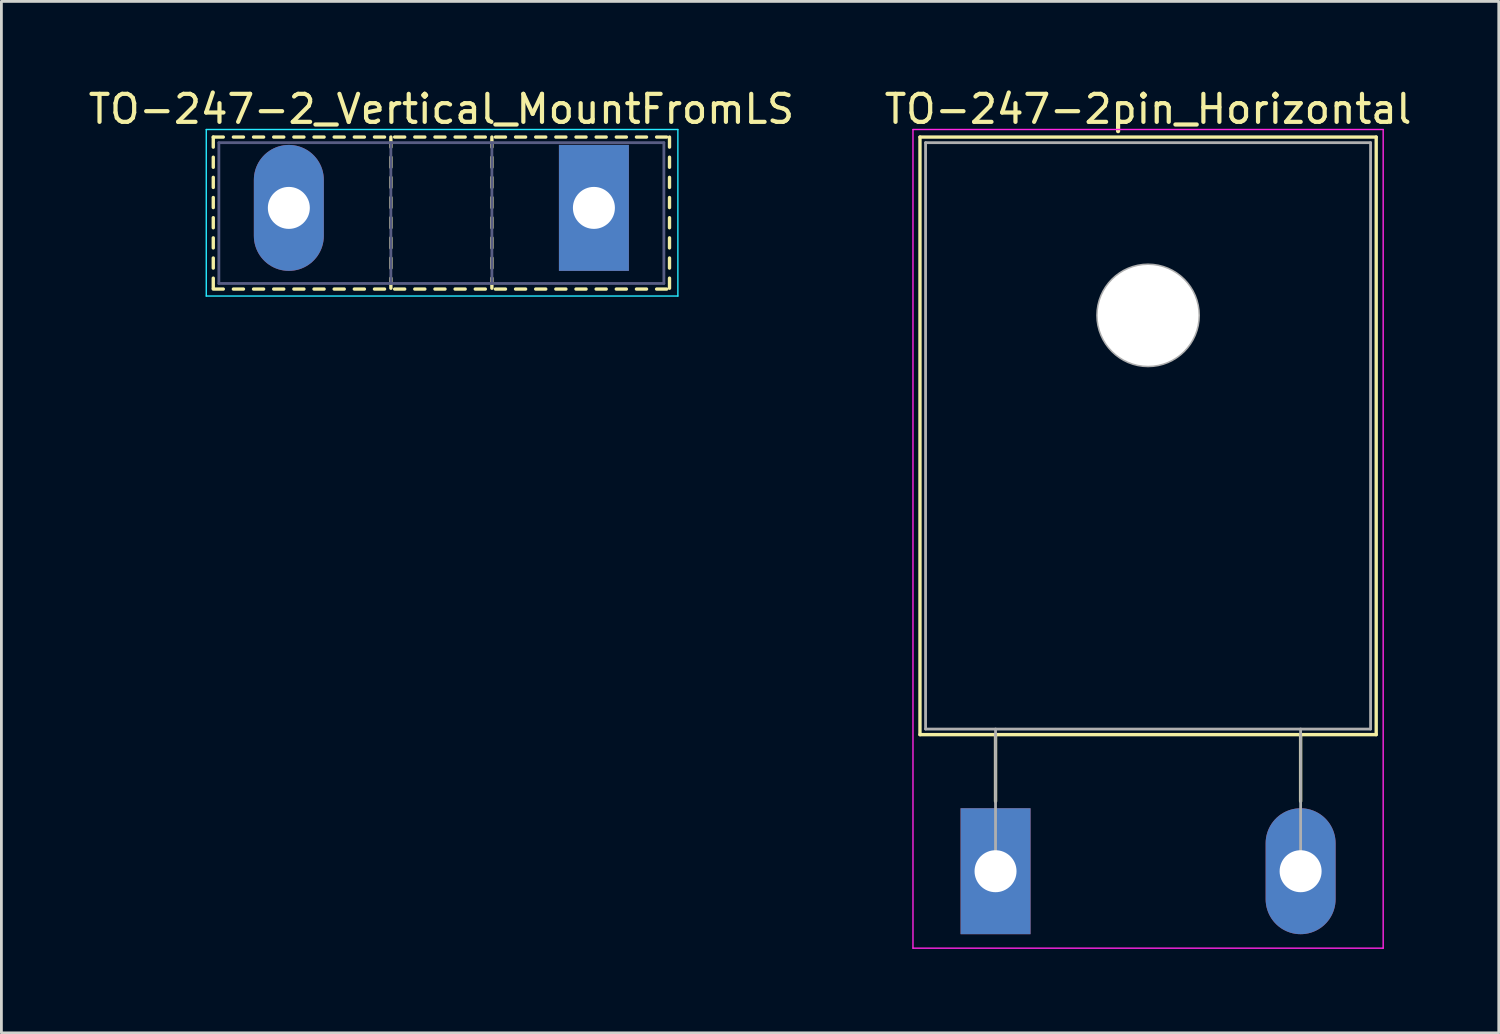
<source format=kicad_pcb>
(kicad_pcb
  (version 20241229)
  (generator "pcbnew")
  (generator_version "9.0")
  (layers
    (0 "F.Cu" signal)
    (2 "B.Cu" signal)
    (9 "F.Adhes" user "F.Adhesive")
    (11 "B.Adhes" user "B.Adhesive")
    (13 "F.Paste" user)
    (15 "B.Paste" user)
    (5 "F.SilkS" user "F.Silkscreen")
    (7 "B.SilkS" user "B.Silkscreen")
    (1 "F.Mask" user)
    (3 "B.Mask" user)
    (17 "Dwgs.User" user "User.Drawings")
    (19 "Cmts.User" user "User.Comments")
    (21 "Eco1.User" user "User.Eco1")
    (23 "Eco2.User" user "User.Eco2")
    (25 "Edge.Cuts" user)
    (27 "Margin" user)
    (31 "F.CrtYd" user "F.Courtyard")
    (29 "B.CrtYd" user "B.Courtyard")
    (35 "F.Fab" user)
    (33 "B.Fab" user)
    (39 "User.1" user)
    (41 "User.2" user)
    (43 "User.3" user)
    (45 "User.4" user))
  (footprint "TO-247-2pin_Horizontal"
    (layer "F.Cu")
    (at 32.52 28.078)
    (property "Reference" "TO-247-2pin_Horizontal" (at 5.45 -27.23 0) (layer "F.SilkS") (effects (font (size 1 1) (thickness 0.15))))
    (attr through_hole)
    (fp_line (start -2.7 -26.23) (end -2.7 -4.88) (stroke (width 0.12) (type solid)) (layer "F.SilkS"))
    (fp_line (start -2.7 -26.23) (end 13.601 -26.23) (stroke (width 0.12) (type solid)) (layer "F.SilkS"))
    (fp_line (start -2.7 -4.88) (end 13.601 -4.88) (stroke (width 0.12) (type solid)) (layer "F.SilkS"))
    (fp_line (start 0 -4.88) (end 0 -2.5) (stroke (width 0.12) (type solid)) (layer "F.SilkS"))
    (fp_line (start 10.9 -4.88) (end 10.9 -2.5) (stroke (width 0.12) (type solid)) (layer "F.SilkS"))
    (fp_line (start 13.601 -26.23) (end 13.601 -4.88) (stroke (width 0.12) (type solid)) (layer "F.SilkS"))
    (fp_line (start -2.95 -26.5) (end -2.95 2.75) (stroke (width 0.05) (type solid)) (layer "F.CrtYd"))
    (fp_line (start -2.95 2.75) (end 13.85 2.75) (stroke (width 0.05) (type solid)) (layer "F.CrtYd"))
    (fp_line (start 13.85 -26.5) (end -2.95 -26.5) (stroke (width 0.05) (type solid)) (layer "F.CrtYd"))
    (fp_line (start 13.85 2.75) (end 13.85 -26.5) (stroke (width 0.05) (type solid)) (layer "F.CrtYd"))
    (fp_line (start -2.5 -26.03) (end 13.4 -26.03) (stroke (width 0.1) (type solid)) (layer "F.Fab"))
    (fp_line (start -2.5 -5.08) (end -2.5 -26.03) (stroke (width 0.1) (type solid)) (layer "F.Fab"))
    (fp_line (start 0 -5.08) (end 0 0) (stroke (width 0.1) (type solid)) (layer "F.Fab"))
    (fp_line (start 10.9 -5.08) (end 10.9 0) (stroke (width 0.1) (type solid)) (layer "F.Fab"))
    (fp_line (start 13.4 -26.03) (end 13.4 -5.08) (stroke (width 0.1) (type solid)) (layer "F.Fab"))
    (fp_line (start 13.4 -5.08) (end -2.5 -5.08) (stroke (width 0.1) (type solid)) (layer "F.Fab"))
    (fp_circle (center 5.45 -19.86) (end 7.255 -19.86) (stroke (width 0.1) (type solid)) (fill no) (layer "F.Fab"))
    (pad "" np_thru_hole oval (at 5.45 -19.86) (size 3.6 3.6) (drill 3.6) (layers "*.Cu" "*.Mask"))
    (pad "1" thru_hole rect (at 0 0) (size 2.5 4.5) (drill 1.5) (layers "*.Cu" "*.Mask"))
    (pad "2" thru_hole oval (at 10.9 0) (size 2.5 4.5) (drill 1.5) (layers "*.Cu" "*.Mask")))
  (footprint "TO-247-2_Vertical_MountFromLS"
    (layer "F.Cu")
    (at 18.17 4.378)
    (property "Reference" "TO-247-2_Vertical_MountFromLS" (at -5.45 -3.53 0) (layer "F.SilkS") (effects (font (size 1 1) (thickness 0.15))))
    (attr through_hole)
    (fp_line (start -13.6 -2.531) (end -13.6 -2.171) (stroke (width 0.12) (type solid)) (layer "F.SilkS"))
    (fp_line (start -13.6 -2.531) (end -13.241 -2.531) (stroke (width 0.12) (type solid)) (layer "F.SilkS"))
    (fp_line (start -13.6 -1.811) (end -13.6 -1.451) (stroke (width 0.12) (type solid)) (layer "F.SilkS"))
    (fp_line (start -13.6 -1.091) (end -13.6 -0.731) (stroke (width 0.12) (type solid)) (layer "F.SilkS"))
    (fp_line (start -13.6 -0.371) (end -13.6 -0.011) (stroke (width 0.12) (type solid)) (layer "F.SilkS"))
    (fp_line (start -13.6 0.35) (end -13.6 0.71) (stroke (width 0.12) (type solid)) (layer "F.SilkS"))
    (fp_line (start -13.6 1.07) (end -13.6 1.43) (stroke (width 0.12) (type solid)) (layer "F.SilkS"))
    (fp_line (start -13.6 1.79) (end -13.6 2.15) (stroke (width 0.12) (type solid)) (layer "F.SilkS"))
    (fp_line (start -13.6 2.51) (end -13.6 2.87) (stroke (width 0.12) (type solid)) (layer "F.SilkS"))
    (fp_line (start -13.6 2.9) (end -13.241 2.9) (stroke (width 0.12) (type solid)) (layer "F.SilkS"))
    (fp_line (start -12.881 -2.531) (end -12.521 -2.531) (stroke (width 0.12) (type solid)) (layer "F.SilkS"))
    (fp_line (start -12.881 2.9) (end -12.521 2.9) (stroke (width 0.12) (type solid)) (layer "F.SilkS"))
    (fp_line (start -12.161 -2.531) (end -11.801 -2.531) (stroke (width 0.12) (type solid)) (layer "F.SilkS"))
    (fp_line (start -12.161 2.9) (end -11.801 2.9) (stroke (width 0.12) (type solid)) (layer "F.SilkS"))
    (fp_line (start -11.441 -2.531) (end -11.081 -2.531) (stroke (width 0.12) (type solid)) (layer "F.SilkS"))
    (fp_line (start -11.441 2.9) (end -11.081 2.9) (stroke (width 0.12) (type solid)) (layer "F.SilkS"))
    (fp_line (start -10.72 -2.531) (end -10.36 -2.531) (stroke (width 0.12) (type solid)) (layer "F.SilkS"))
    (fp_line (start -10.72 2.9) (end -10.36 2.9) (stroke (width 0.12) (type solid)) (layer "F.SilkS"))
    (fp_line (start -10 -2.531) (end -9.64 -2.531) (stroke (width 0.12) (type solid)) (layer "F.SilkS"))
    (fp_line (start -10 2.9) (end -9.64 2.9) (stroke (width 0.12) (type solid)) (layer "F.SilkS"))
    (fp_line (start -9.28 -2.531) (end -8.92 -2.531) (stroke (width 0.12) (type solid)) (layer "F.SilkS"))
    (fp_line (start -9.28 2.9) (end -8.92 2.9) (stroke (width 0.12) (type solid)) (layer "F.SilkS"))
    (fp_line (start -8.56 -2.531) (end -8.2 -2.531) (stroke (width 0.12) (type solid)) (layer "F.SilkS"))
    (fp_line (start -8.56 2.9) (end -8.2 2.9) (stroke (width 0.12) (type solid)) (layer "F.SilkS"))
    (fp_line (start -7.84 -2.531) (end -7.48 -2.531) (stroke (width 0.12) (type solid)) (layer "F.SilkS"))
    (fp_line (start -7.84 2.9) (end -7.48 2.9) (stroke (width 0.12) (type solid)) (layer "F.SilkS"))
    (fp_line (start -7.254 -2.531) (end -7.254 -2.171) (stroke (width 0.12) (type solid)) (layer "F.SilkS"))
    (fp_line (start -7.254 -1.811) (end -7.254 -1.451) (stroke (width 0.12) (type solid)) (layer "F.SilkS"))
    (fp_line (start -7.254 -1.091) (end -7.254 -0.731) (stroke (width 0.12) (type solid)) (layer "F.SilkS"))
    (fp_line (start -7.254 -0.371) (end -7.254 -0.011) (stroke (width 0.12) (type solid)) (layer "F.SilkS"))
    (fp_line (start -7.254 0.35) (end -7.254 0.71) (stroke (width 0.12) (type solid)) (layer "F.SilkS"))
    (fp_line (start -7.254 1.07) (end -7.254 1.43) (stroke (width 0.12) (type solid)) (layer "F.SilkS"))
    (fp_line (start -7.254 1.79) (end -7.254 2.15) (stroke (width 0.12) (type solid)) (layer "F.SilkS"))
    (fp_line (start -7.254 2.51) (end -7.254 2.87) (stroke (width 0.12) (type solid)) (layer "F.SilkS"))
    (fp_line (start -7.12 -2.531) (end -6.76 -2.531) (stroke (width 0.12) (type solid)) (layer "F.SilkS"))
    (fp_line (start -7.12 2.9) (end -6.76 2.9) (stroke (width 0.12) (type solid)) (layer "F.SilkS"))
    (fp_line (start -6.4 -2.531) (end -6.04 -2.531) (stroke (width 0.12) (type solid)) (layer "F.SilkS"))
    (fp_line (start -6.4 2.9) (end -6.04 2.9) (stroke (width 0.12) (type solid)) (layer "F.SilkS"))
    (fp_line (start -5.68 -2.531) (end -5.32 -2.531) (stroke (width 0.12) (type solid)) (layer "F.SilkS"))
    (fp_line (start -5.68 2.9) (end -5.32 2.9) (stroke (width 0.12) (type solid)) (layer "F.SilkS"))
    (fp_line (start -4.96 -2.531) (end -4.599 -2.531) (stroke (width 0.12) (type solid)) (layer "F.SilkS"))
    (fp_line (start -4.96 2.9) (end -4.599 2.9) (stroke (width 0.12) (type solid)) (layer "F.SilkS"))
    (fp_line (start -4.239 -2.531) (end -3.879 -2.531) (stroke (width 0.12) (type solid)) (layer "F.SilkS"))
    (fp_line (start -4.239 2.9) (end -3.879 2.9) (stroke (width 0.12) (type solid)) (layer "F.SilkS"))
    (fp_line (start -3.645 -2.531) (end -3.645 -2.171) (stroke (width 0.12) (type solid)) (layer "F.SilkS"))
    (fp_line (start -3.645 -1.811) (end -3.645 -1.451) (stroke (width 0.12) (type solid)) (layer "F.SilkS"))
    (fp_line (start -3.645 -1.091) (end -3.645 -0.731) (stroke (width 0.12) (type solid)) (layer "F.SilkS"))
    (fp_line (start -3.645 -0.371) (end -3.645 -0.011) (stroke (width 0.12) (type solid)) (layer "F.SilkS"))
    (fp_line (start -3.645 0.35) (end -3.645 0.71) (stroke (width 0.12) (type solid)) (layer "F.SilkS"))
    (fp_line (start -3.645 1.07) (end -3.645 1.43) (stroke (width 0.12) (type solid)) (layer "F.SilkS"))
    (fp_line (start -3.645 1.79) (end -3.645 2.15) (stroke (width 0.12) (type solid)) (layer "F.SilkS"))
    (fp_line (start -3.645 2.51) (end -3.645 2.87) (stroke (width 0.12) (type solid)) (layer "F.SilkS"))
    (fp_line (start -3.519 -2.531) (end -3.159 -2.531) (stroke (width 0.12) (type solid)) (layer "F.SilkS"))
    (fp_line (start -3.519 2.9) (end -3.159 2.9) (stroke (width 0.12) (type solid)) (layer "F.SilkS"))
    (fp_line (start -2.799 -2.531) (end -2.44 -2.531) (stroke (width 0.12) (type solid)) (layer "F.SilkS"))
    (fp_line (start -2.799 2.9) (end -2.44 2.9) (stroke (width 0.12) (type solid)) (layer "F.SilkS"))
    (fp_line (start -2.08 -2.531) (end -1.72 -2.531) (stroke (width 0.12) (type solid)) (layer "F.SilkS"))
    (fp_line (start -2.08 2.9) (end -1.72 2.9) (stroke (width 0.12) (type solid)) (layer "F.SilkS"))
    (fp_line (start -1.36 -2.531) (end -1 -2.531) (stroke (width 0.12) (type solid)) (layer "F.SilkS"))
    (fp_line (start -1.36 2.9) (end -1 2.9) (stroke (width 0.12) (type solid)) (layer "F.SilkS"))
    (fp_line (start -0.64 -2.531) (end -0.28 -2.531) (stroke (width 0.12) (type solid)) (layer "F.SilkS"))
    (fp_line (start -0.64 2.9) (end -0.28 2.9) (stroke (width 0.12) (type solid)) (layer "F.SilkS"))
    (fp_line (start 0.08 -2.531) (end 0.44 -2.531) (stroke (width 0.12) (type solid)) (layer "F.SilkS"))
    (fp_line (start 0.08 2.9) (end 0.44 2.9) (stroke (width 0.12) (type solid)) (layer "F.SilkS"))
    (fp_line (start 0.8 -2.531) (end 1.16 -2.531) (stroke (width 0.12) (type solid)) (layer "F.SilkS"))
    (fp_line (start 0.8 2.9) (end 1.16 2.9) (stroke (width 0.12) (type solid)) (layer "F.SilkS"))
    (fp_line (start 1.52 -2.531) (end 1.88 -2.531) (stroke (width 0.12) (type solid)) (layer "F.SilkS"))
    (fp_line (start 1.52 2.9) (end 1.88 2.9) (stroke (width 0.12) (type solid)) (layer "F.SilkS"))
    (fp_line (start 2.24 -2.531) (end 2.6 -2.531) (stroke (width 0.12) (type solid)) (layer "F.SilkS"))
    (fp_line (start 2.24 2.9) (end 2.6 2.9) (stroke (width 0.12) (type solid)) (layer "F.SilkS"))
    (fp_line (start 2.701 -2.531) (end 2.701 -2.171) (stroke (width 0.12) (type solid)) (layer "F.SilkS"))
    (fp_line (start 2.701 -1.811) (end 2.701 -1.451) (stroke (width 0.12) (type solid)) (layer "F.SilkS"))
    (fp_line (start 2.701 -1.091) (end 2.701 -0.731) (stroke (width 0.12) (type solid)) (layer "F.SilkS"))
    (fp_line (start 2.701 -0.371) (end 2.701 -0.011) (stroke (width 0.12) (type solid)) (layer "F.SilkS"))
    (fp_line (start 2.701 0.35) (end 2.701 0.71) (stroke (width 0.12) (type solid)) (layer "F.SilkS"))
    (fp_line (start 2.701 1.07) (end 2.701 1.43) (stroke (width 0.12) (type solid)) (layer "F.SilkS"))
    (fp_line (start 2.701 1.79) (end 2.701 2.15) (stroke (width 0.12) (type solid)) (layer "F.SilkS"))
    (fp_line (start 2.701 2.51) (end 2.701 2.87) (stroke (width 0.12) (type solid)) (layer "F.SilkS"))
    (fp_line (start -13.85 -2.8) (end -13.85 3.15) (stroke (width 0.05) (type solid)) (layer "B.CrtYd"))
    (fp_line (start -13.85 3.15) (end 3 3.15) (stroke (width 0.05) (type solid)) (layer "B.CrtYd"))
    (fp_line (start 3 -2.8) (end -13.85 -2.8) (stroke (width 0.05) (type solid)) (layer "B.CrtYd"))
    (fp_line (start 3 3.15) (end 3 -2.8) (stroke (width 0.05) (type solid)) (layer "B.CrtYd"))
    (fp_line (start -13.4 -2.33) (end -13.4 2.7) (stroke (width 0.1) (type solid)) (layer "B.Fab"))
    (fp_line (start -13.4 2.7) (end 2.5 2.7) (stroke (width 0.1) (type solid)) (layer "B.Fab"))
    (fp_line (start -7.255 -2.33) (end -7.255 2.7) (stroke (width 0.1) (type solid)) (layer "B.Fab"))
    (fp_line (start -3.645 -2.33) (end -3.645 2.7) (stroke (width 0.1) (type solid)) (layer "B.Fab"))
    (fp_line (start 2.5 -2.33) (end -13.4 -2.33) (stroke (width 0.1) (type solid)) (layer "B.Fab"))
    (fp_line (start 2.5 2.7) (end 2.5 -2.33) (stroke (width 0.1) (type solid)) (layer "B.Fab"))
    (pad "1" thru_hole rect (at 0 0) (size 2.5 4.5) (drill 1.5) (layers "*.Cu" "*.Mask"))
    (pad "2" thru_hole oval (at -10.9 0) (size 2.5 4.5) (drill 1.5) (layers "*.Cu" "*.Mask")))
  (gr_rect
    (start -3 -3)
    (end 50.5 33.853)
    (stroke (width 0.1) (type default))
    (fill no)
    (layer "Edge.Cuts")))
</source>
